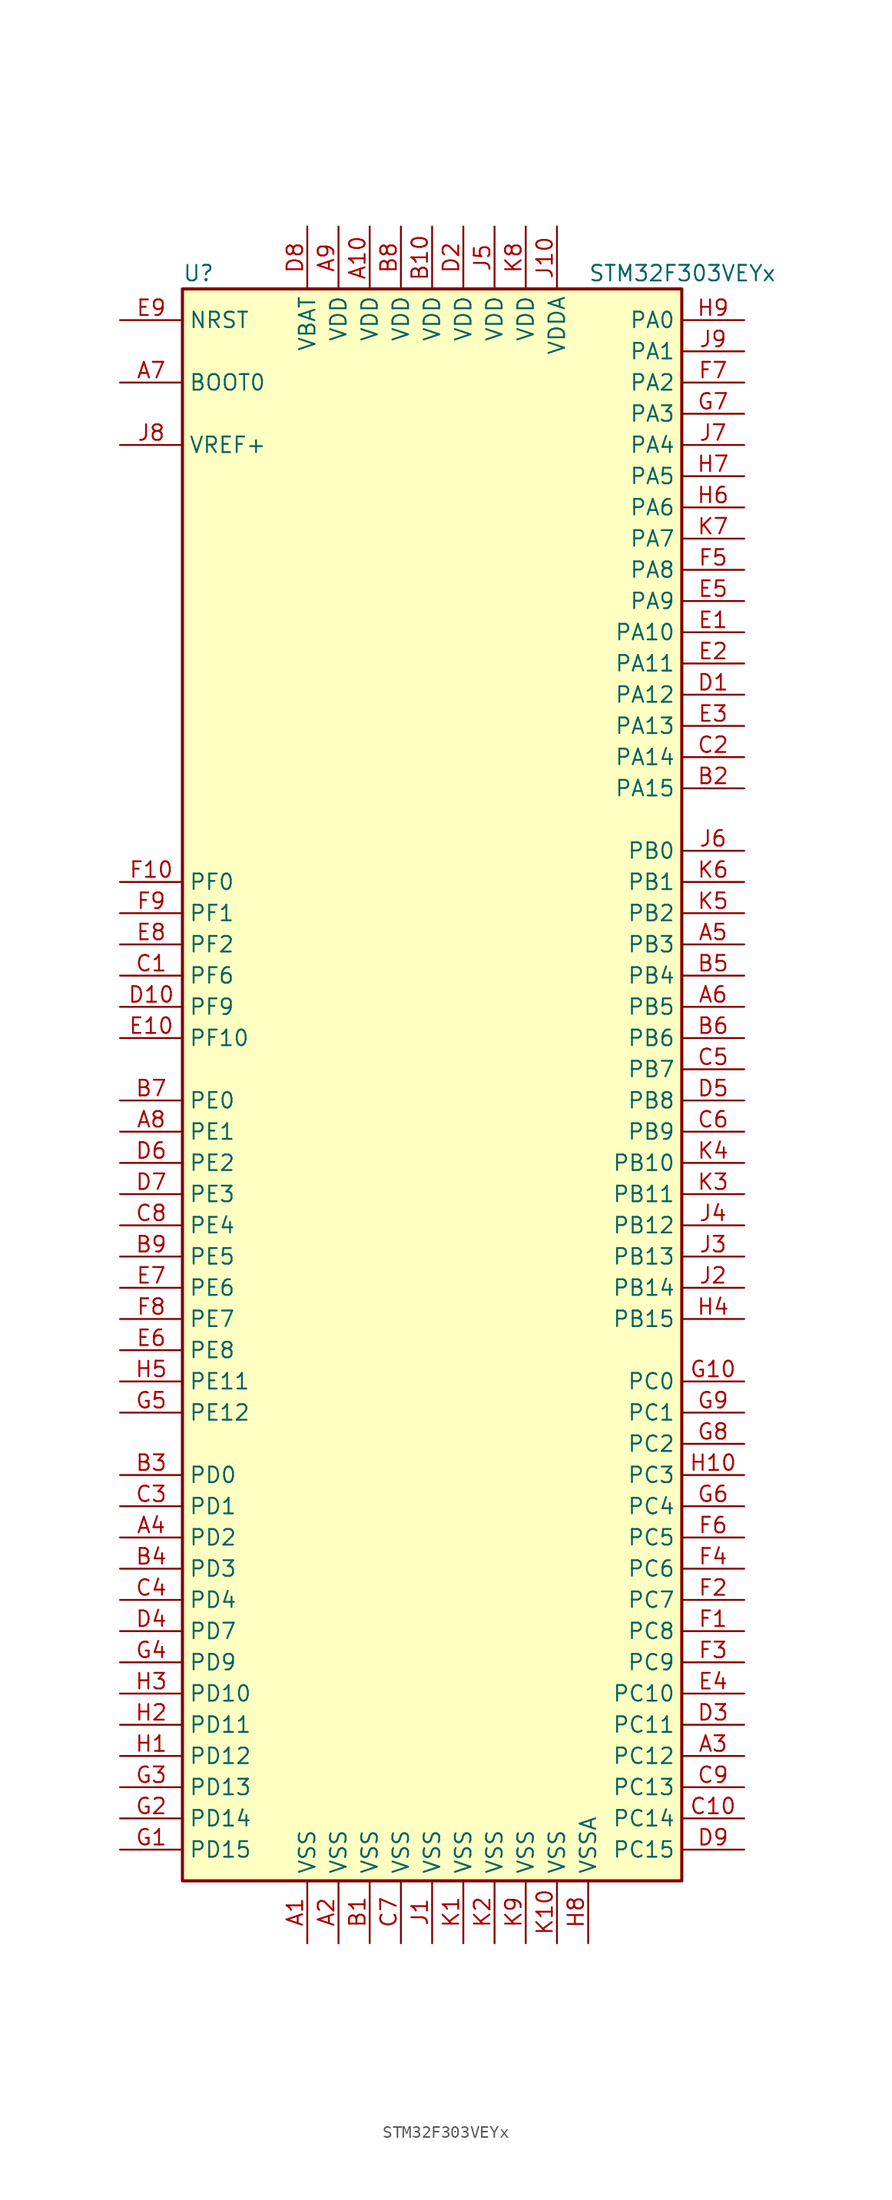
<source format=kicad_sym>
(kicad_symbol_lib
  (version 20201005)
  (generator kicad_symbol_editor)
  (symbol "MCU_ST_STM32F3:STM32F303VEYx"
    (property "Reference" "U"
      (at -20.32 64.77 0)
      (effects (font (size 1.27 1.27)) (justify left)))
    (property "Value" "STM32F303VEYx"
      (at 12.7 64.77 0)
      (effects (font (size 1.27 1.27)) (justify left)))
    (symbol "STM32F303VEYx_0_1"
      (rectangle (start -20.32 -66.04) (end 20.32 63.5) (stroke (width 0.254)) (fill (type background))))
    (symbol "STM32F303VEYx_1_1"
      (pin input line (at -25.4 55.88 0) (length 5.08) (name "BOOT0" (effects (font (size 1.27 1.27)))) (number "A7" (effects (font (size 1.27 1.27)))))
      (pin input line (at -25.4 60.96 0) (length 5.08) (name "NRST" (effects (font (size 1.27 1.27)))) (number "E9" (effects (font (size 1.27 1.27)))))
      (pin bidirectional line (at 25.4 60.96 180) (length 5.08) (name "PA0" (effects (font (size 1.27 1.27)))) (number "H9" (effects (font (size 1.27 1.27)))))
      (pin bidirectional line (at 25.4 58.42 180) (length 5.08) (name "PA1" (effects (font (size 1.27 1.27)))) (number "J9" (effects (font (size 1.27 1.27)))))
      (pin bidirectional line (at 25.4 35.56 180) (length 5.08) (name "PA10" (effects (font (size 1.27 1.27)))) (number "E1" (effects (font (size 1.27 1.27)))))
      (pin bidirectional line (at 25.4 33.02 180) (length 5.08) (name "PA11" (effects (font (size 1.27 1.27)))) (number "E2" (effects (font (size 1.27 1.27)))))
      (pin bidirectional line (at 25.4 30.48 180) (length 5.08) (name "PA12" (effects (font (size 1.27 1.27)))) (number "D1" (effects (font (size 1.27 1.27)))))
      (pin bidirectional line (at 25.4 27.94 180) (length 5.08) (name "PA13" (effects (font (size 1.27 1.27)))) (number "E3" (effects (font (size 1.27 1.27)))))
      (pin bidirectional line (at 25.4 25.4 180) (length 5.08) (name "PA14" (effects (font (size 1.27 1.27)))) (number "C2" (effects (font (size 1.27 1.27)))))
      (pin bidirectional line (at 25.4 22.86 180) (length 5.08) (name "PA15" (effects (font (size 1.27 1.27)))) (number "B2" (effects (font (size 1.27 1.27)))))
      (pin bidirectional line (at 25.4 55.88 180) (length 5.08) (name "PA2" (effects (font (size 1.27 1.27)))) (number "F7" (effects (font (size 1.27 1.27)))))
      (pin bidirectional line (at 25.4 53.34 180) (length 5.08) (name "PA3" (effects (font (size 1.27 1.27)))) (number "G7" (effects (font (size 1.27 1.27)))))
      (pin bidirectional line (at 25.4 50.8 180) (length 5.08) (name "PA4" (effects (font (size 1.27 1.27)))) (number "J7" (effects (font (size 1.27 1.27)))))
      (pin bidirectional line (at 25.4 48.26 180) (length 5.08) (name "PA5" (effects (font (size 1.27 1.27)))) (number "H7" (effects (font (size 1.27 1.27)))))
      (pin bidirectional line (at 25.4 45.72 180) (length 5.08) (name "PA6" (effects (font (size 1.27 1.27)))) (number "H6" (effects (font (size 1.27 1.27)))))
      (pin bidirectional line (at 25.4 43.18 180) (length 5.08) (name "PA7" (effects (font (size 1.27 1.27)))) (number "K7" (effects (font (size 1.27 1.27)))))
      (pin bidirectional line (at 25.4 40.64 180) (length 5.08) (name "PA8" (effects (font (size 1.27 1.27)))) (number "F5" (effects (font (size 1.27 1.27)))))
      (pin bidirectional line (at 25.4 38.1 180) (length 5.08) (name "PA9" (effects (font (size 1.27 1.27)))) (number "E5" (effects (font (size 1.27 1.27)))))
      (pin bidirectional line (at 25.4 17.78 180) (length 5.08) (name "PB0" (effects (font (size 1.27 1.27)))) (number "J6" (effects (font (size 1.27 1.27)))))
      (pin bidirectional line (at 25.4 15.24 180) (length 5.08) (name "PB1" (effects (font (size 1.27 1.27)))) (number "K6" (effects (font (size 1.27 1.27)))))
      (pin bidirectional line (at 25.4 -7.62 180) (length 5.08) (name "PB10" (effects (font (size 1.27 1.27)))) (number "K4" (effects (font (size 1.27 1.27)))))
      (pin bidirectional line (at 25.4 -10.16 180) (length 5.08) (name "PB11" (effects (font (size 1.27 1.27)))) (number "K3" (effects (font (size 1.27 1.27)))))
      (pin bidirectional line (at 25.4 -12.7 180) (length 5.08) (name "PB12" (effects (font (size 1.27 1.27)))) (number "J4" (effects (font (size 1.27 1.27)))))
      (pin bidirectional line (at 25.4 -15.24 180) (length 5.08) (name "PB13" (effects (font (size 1.27 1.27)))) (number "J3" (effects (font (size 1.27 1.27)))))
      (pin bidirectional line (at 25.4 -17.78 180) (length 5.08) (name "PB14" (effects (font (size 1.27 1.27)))) (number "J2" (effects (font (size 1.27 1.27)))))
      (pin bidirectional line (at 25.4 -20.32 180) (length 5.08) (name "PB15" (effects (font (size 1.27 1.27)))) (number "H4" (effects (font (size 1.27 1.27)))))
      (pin bidirectional line (at 25.4 12.7 180) (length 5.08) (name "PB2" (effects (font (size 1.27 1.27)))) (number "K5" (effects (font (size 1.27 1.27)))))
      (pin bidirectional line (at 25.4 10.16 180) (length 5.08) (name "PB3" (effects (font (size 1.27 1.27)))) (number "A5" (effects (font (size 1.27 1.27)))))
      (pin bidirectional line (at 25.4 7.62 180) (length 5.08) (name "PB4" (effects (font (size 1.27 1.27)))) (number "B5" (effects (font (size 1.27 1.27)))))
      (pin bidirectional line (at 25.4 5.08 180) (length 5.08) (name "PB5" (effects (font (size 1.27 1.27)))) (number "A6" (effects (font (size 1.27 1.27)))))
      (pin bidirectional line (at 25.4 2.54 180) (length 5.08) (name "PB6" (effects (font (size 1.27 1.27)))) (number "B6" (effects (font (size 1.27 1.27)))))
      (pin bidirectional line (at 25.4 0 180) (length 5.08) (name "PB7" (effects (font (size 1.27 1.27)))) (number "C5" (effects (font (size 1.27 1.27)))))
      (pin bidirectional line (at 25.4 -2.54 180) (length 5.08) (name "PB8" (effects (font (size 1.27 1.27)))) (number "D5" (effects (font (size 1.27 1.27)))))
      (pin bidirectional line (at 25.4 -5.08 180) (length 5.08) (name "PB9" (effects (font (size 1.27 1.27)))) (number "C6" (effects (font (size 1.27 1.27)))))
      (pin bidirectional line (at 25.4 -25.4 180) (length 5.08) (name "PC0" (effects (font (size 1.27 1.27)))) (number "G10" (effects (font (size 1.27 1.27)))))
      (pin bidirectional line (at 25.4 -27.94 180) (length 5.08) (name "PC1" (effects (font (size 1.27 1.27)))) (number "G9" (effects (font (size 1.27 1.27)))))
      (pin bidirectional line (at 25.4 -50.8 180) (length 5.08) (name "PC10" (effects (font (size 1.27 1.27)))) (number "E4" (effects (font (size 1.27 1.27)))))
      (pin bidirectional line (at 25.4 -53.34 180) (length 5.08) (name "PC11" (effects (font (size 1.27 1.27)))) (number "D3" (effects (font (size 1.27 1.27)))))
      (pin bidirectional line (at 25.4 -55.88 180) (length 5.08) (name "PC12" (effects (font (size 1.27 1.27)))) (number "A3" (effects (font (size 1.27 1.27)))))
      (pin bidirectional line (at 25.4 -58.42 180) (length 5.08) (name "PC13" (effects (font (size 1.27 1.27)))) (number "C9" (effects (font (size 1.27 1.27)))))
      (pin bidirectional line (at 25.4 -60.96 180) (length 5.08) (name "PC14" (effects (font (size 1.27 1.27)))) (number "C10" (effects (font (size 1.27 1.27)))))
      (pin bidirectional line (at 25.4 -63.5 180) (length 5.08) (name "PC15" (effects (font (size 1.27 1.27)))) (number "D9" (effects (font (size 1.27 1.27)))))
      (pin bidirectional line (at 25.4 -30.48 180) (length 5.08) (name "PC2" (effects (font (size 1.27 1.27)))) (number "G8" (effects (font (size 1.27 1.27)))))
      (pin bidirectional line (at 25.4 -33.02 180) (length 5.08) (name "PC3" (effects (font (size 1.27 1.27)))) (number "H10" (effects (font (size 1.27 1.27)))))
      (pin bidirectional line (at 25.4 -35.56 180) (length 5.08) (name "PC4" (effects (font (size 1.27 1.27)))) (number "G6" (effects (font (size 1.27 1.27)))))
      (pin bidirectional line (at 25.4 -38.1 180) (length 5.08) (name "PC5" (effects (font (size 1.27 1.27)))) (number "F6" (effects (font (size 1.27 1.27)))))
      (pin bidirectional line (at 25.4 -40.64 180) (length 5.08) (name "PC6" (effects (font (size 1.27 1.27)))) (number "F4" (effects (font (size 1.27 1.27)))))
      (pin bidirectional line (at 25.4 -43.18 180) (length 5.08) (name "PC7" (effects (font (size 1.27 1.27)))) (number "F2" (effects (font (size 1.27 1.27)))))
      (pin bidirectional line (at 25.4 -45.72 180) (length 5.08) (name "PC8" (effects (font (size 1.27 1.27)))) (number "F1" (effects (font (size 1.27 1.27)))))
      (pin bidirectional line (at 25.4 -48.26 180) (length 5.08) (name "PC9" (effects (font (size 1.27 1.27)))) (number "F3" (effects (font (size 1.27 1.27)))))
      (pin bidirectional line (at -25.4 -33.02 0) (length 5.08) (name "PD0" (effects (font (size 1.27 1.27)))) (number "B3" (effects (font (size 1.27 1.27)))))
      (pin bidirectional line (at -25.4 -35.56 0) (length 5.08) (name "PD1" (effects (font (size 1.27 1.27)))) (number "C3" (effects (font (size 1.27 1.27)))))
      (pin bidirectional line (at -25.4 -50.8 0) (length 5.08) (name "PD10" (effects (font (size 1.27 1.27)))) (number "H3" (effects (font (size 1.27 1.27)))))
      (pin bidirectional line (at -25.4 -53.34 0) (length 5.08) (name "PD11" (effects (font (size 1.27 1.27)))) (number "H2" (effects (font (size 1.27 1.27)))))
      (pin bidirectional line (at -25.4 -55.88 0) (length 5.08) (name "PD12" (effects (font (size 1.27 1.27)))) (number "H1" (effects (font (size 1.27 1.27)))))
      (pin bidirectional line (at -25.4 -58.42 0) (length 5.08) (name "PD13" (effects (font (size 1.27 1.27)))) (number "G3" (effects (font (size 1.27 1.27)))))
      (pin bidirectional line (at -25.4 -60.96 0) (length 5.08) (name "PD14" (effects (font (size 1.27 1.27)))) (number "G2" (effects (font (size 1.27 1.27)))))
      (pin bidirectional line (at -25.4 -63.5 0) (length 5.08) (name "PD15" (effects (font (size 1.27 1.27)))) (number "G1" (effects (font (size 1.27 1.27)))))
      (pin bidirectional line (at -25.4 -38.1 0) (length 5.08) (name "PD2" (effects (font (size 1.27 1.27)))) (number "A4" (effects (font (size 1.27 1.27)))))
      (pin bidirectional line (at -25.4 -40.64 0) (length 5.08) (name "PD3" (effects (font (size 1.27 1.27)))) (number "B4" (effects (font (size 1.27 1.27)))))
      (pin bidirectional line (at -25.4 -43.18 0) (length 5.08) (name "PD4" (effects (font (size 1.27 1.27)))) (number "C4" (effects (font (size 1.27 1.27)))))
      (pin bidirectional line (at -25.4 -45.72 0) (length 5.08) (name "PD7" (effects (font (size 1.27 1.27)))) (number "D4" (effects (font (size 1.27 1.27)))))
      (pin bidirectional line (at -25.4 -48.26 0) (length 5.08) (name "PD9" (effects (font (size 1.27 1.27)))) (number "G4" (effects (font (size 1.27 1.27)))))
      (pin bidirectional line (at -25.4 -2.54 0) (length 5.08) (name "PE0" (effects (font (size 1.27 1.27)))) (number "B7" (effects (font (size 1.27 1.27)))))
      (pin bidirectional line (at -25.4 -5.08 0) (length 5.08) (name "PE1" (effects (font (size 1.27 1.27)))) (number "A8" (effects (font (size 1.27 1.27)))))
      (pin bidirectional line (at -25.4 -25.4 0) (length 5.08) (name "PE11" (effects (font (size 1.27 1.27)))) (number "H5" (effects (font (size 1.27 1.27)))))
      (pin bidirectional line (at -25.4 -27.94 0) (length 5.08) (name "PE12" (effects (font (size 1.27 1.27)))) (number "G5" (effects (font (size 1.27 1.27)))))
      (pin bidirectional line (at -25.4 -7.62 0) (length 5.08) (name "PE2" (effects (font (size 1.27 1.27)))) (number "D6" (effects (font (size 1.27 1.27)))))
      (pin bidirectional line (at -25.4 -10.16 0) (length 5.08) (name "PE3" (effects (font (size 1.27 1.27)))) (number "D7" (effects (font (size 1.27 1.27)))))
      (pin bidirectional line (at -25.4 -12.7 0) (length 5.08) (name "PE4" (effects (font (size 1.27 1.27)))) (number "C8" (effects (font (size 1.27 1.27)))))
      (pin bidirectional line (at -25.4 -15.24 0) (length 5.08) (name "PE5" (effects (font (size 1.27 1.27)))) (number "B9" (effects (font (size 1.27 1.27)))))
      (pin bidirectional line (at -25.4 -17.78 0) (length 5.08) (name "PE6" (effects (font (size 1.27 1.27)))) (number "E7" (effects (font (size 1.27 1.27)))))
      (pin bidirectional line (at -25.4 -20.32 0) (length 5.08) (name "PE7" (effects (font (size 1.27 1.27)))) (number "F8" (effects (font (size 1.27 1.27)))))
      (pin bidirectional line (at -25.4 -22.86 0) (length 5.08) (name "PE8" (effects (font (size 1.27 1.27)))) (number "E6" (effects (font (size 1.27 1.27)))))
      (pin input line (at -25.4 15.24 0) (length 5.08) (name "PF0" (effects (font (size 1.27 1.27)))) (number "F10" (effects (font (size 1.27 1.27)))))
      (pin input line (at -25.4 12.7 0) (length 5.08) (name "PF1" (effects (font (size 1.27 1.27)))) (number "F9" (effects (font (size 1.27 1.27)))))
      (pin bidirectional line (at -25.4 2.54 0) (length 5.08) (name "PF10" (effects (font (size 1.27 1.27)))) (number "E10" (effects (font (size 1.27 1.27)))))
      (pin bidirectional line (at -25.4 10.16 0) (length 5.08) (name "PF2" (effects (font (size 1.27 1.27)))) (number "E8" (effects (font (size 1.27 1.27)))))
      (pin bidirectional line (at -25.4 7.62 0) (length 5.08) (name "PF6" (effects (font (size 1.27 1.27)))) (number "C1" (effects (font (size 1.27 1.27)))))
      (pin bidirectional line (at -25.4 5.08 0) (length 5.08) (name "PF9" (effects (font (size 1.27 1.27)))) (number "D10" (effects (font (size 1.27 1.27)))))
      (pin power_in line (at -10.16 68.58 270) (length 5.08) (name "VBAT" (effects (font (size 1.27 1.27)))) (number "D8" (effects (font (size 1.27 1.27)))))
      (pin power_in line (at -5.08 68.58 270) (length 5.08) (name "VDD" (effects (font (size 1.27 1.27)))) (number "A10" (effects (font (size 1.27 1.27)))))
      (pin power_in line (at -7.62 68.58 270) (length 5.08) (name "VDD" (effects (font (size 1.27 1.27)))) (number "A9" (effects (font (size 1.27 1.27)))))
      (pin power_in line (at 0 68.58 270) (length 5.08) (name "VDD" (effects (font (size 1.27 1.27)))) (number "B10" (effects (font (size 1.27 1.27)))))
      (pin power_in line (at -2.54 68.58 270) (length 5.08) (name "VDD" (effects (font (size 1.27 1.27)))) (number "B8" (effects (font (size 1.27 1.27)))))
      (pin power_in line (at 2.54 68.58 270) (length 5.08) (name "VDD" (effects (font (size 1.27 1.27)))) (number "D2" (effects (font (size 1.27 1.27)))))
      (pin power_in line (at 5.08 68.58 270) (length 5.08) (name "VDD" (effects (font (size 1.27 1.27)))) (number "J5" (effects (font (size 1.27 1.27)))))
      (pin power_in line (at 7.62 68.58 270) (length 5.08) (name "VDD" (effects (font (size 1.27 1.27)))) (number "K8" (effects (font (size 1.27 1.27)))))
      (pin power_in line (at 10.16 68.58 270) (length 5.08) (name "VDDA" (effects (font (size 1.27 1.27)))) (number "J10" (effects (font (size 1.27 1.27)))))
      (pin power_in line (at -25.4 50.8 0) (length 5.08) (name "VREF+" (effects (font (size 1.27 1.27)))) (number "J8" (effects (font (size 1.27 1.27)))))
      (pin power_in line (at -10.16 -71.12 90) (length 5.08) (name "VSS" (effects (font (size 1.27 1.27)))) (number "A1" (effects (font (size 1.27 1.27)))))
      (pin power_in line (at -7.62 -71.12 90) (length 5.08) (name "VSS" (effects (font (size 1.27 1.27)))) (number "A2" (effects (font (size 1.27 1.27)))))
      (pin power_in line (at -5.08 -71.12 90) (length 5.08) (name "VSS" (effects (font (size 1.27 1.27)))) (number "B1" (effects (font (size 1.27 1.27)))))
      (pin power_in line (at -2.54 -71.12 90) (length 5.08) (name "VSS" (effects (font (size 1.27 1.27)))) (number "C7" (effects (font (size 1.27 1.27)))))
      (pin power_in line (at 0 -71.12 90) (length 5.08) (name "VSS" (effects (font (size 1.27 1.27)))) (number "J1" (effects (font (size 1.27 1.27)))))
      (pin power_in line (at 2.54 -71.12 90) (length 5.08) (name "VSS" (effects (font (size 1.27 1.27)))) (number "K1" (effects (font (size 1.27 1.27)))))
      (pin power_in line (at 10.16 -71.12 90) (length 5.08) (name "VSS" (effects (font (size 1.27 1.27)))) (number "K10" (effects (font (size 1.27 1.27)))))
      (pin power_in line (at 5.08 -71.12 90) (length 5.08) (name "VSS" (effects (font (size 1.27 1.27)))) (number "K2" (effects (font (size 1.27 1.27)))))
      (pin power_in line (at 7.62 -71.12 90) (length 5.08) (name "VSS" (effects (font (size 1.27 1.27)))) (number "K9" (effects (font (size 1.27 1.27)))))
      (pin power_in line (at 12.7 -71.12 90) (length 5.08) (name "VSSA" (effects (font (size 1.27 1.27)))) (number "H8" (effects (font (size 1.27 1.27))))))))
</source>
